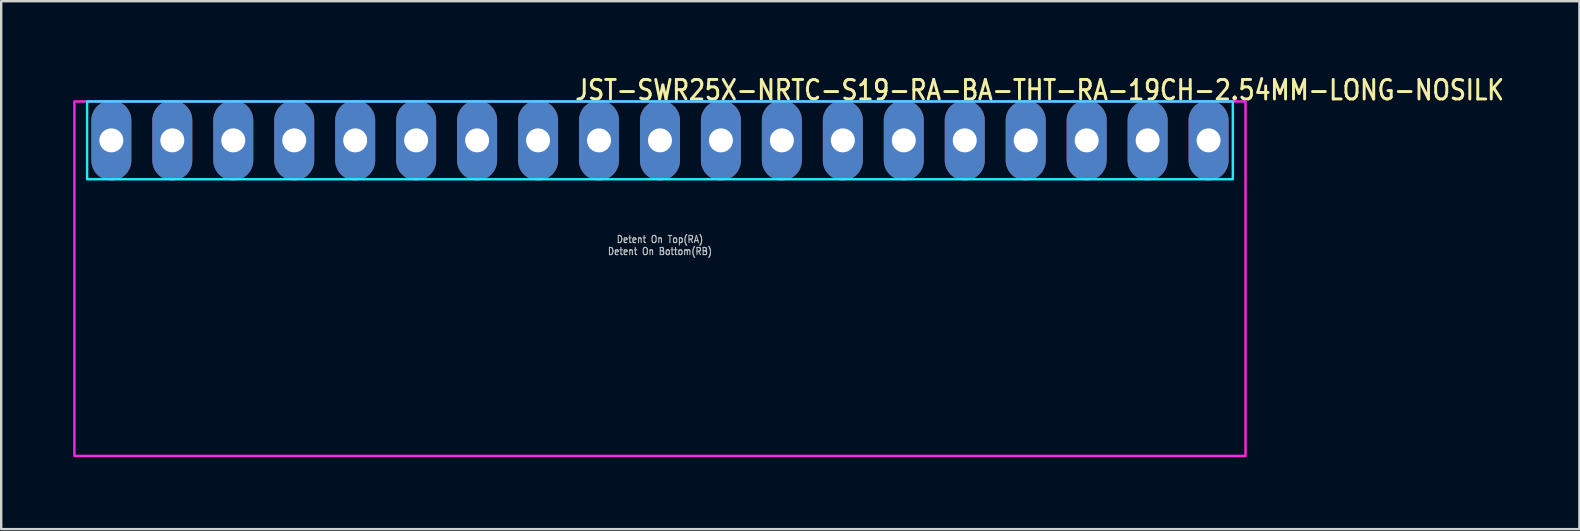
<source format=kicad_pcb>
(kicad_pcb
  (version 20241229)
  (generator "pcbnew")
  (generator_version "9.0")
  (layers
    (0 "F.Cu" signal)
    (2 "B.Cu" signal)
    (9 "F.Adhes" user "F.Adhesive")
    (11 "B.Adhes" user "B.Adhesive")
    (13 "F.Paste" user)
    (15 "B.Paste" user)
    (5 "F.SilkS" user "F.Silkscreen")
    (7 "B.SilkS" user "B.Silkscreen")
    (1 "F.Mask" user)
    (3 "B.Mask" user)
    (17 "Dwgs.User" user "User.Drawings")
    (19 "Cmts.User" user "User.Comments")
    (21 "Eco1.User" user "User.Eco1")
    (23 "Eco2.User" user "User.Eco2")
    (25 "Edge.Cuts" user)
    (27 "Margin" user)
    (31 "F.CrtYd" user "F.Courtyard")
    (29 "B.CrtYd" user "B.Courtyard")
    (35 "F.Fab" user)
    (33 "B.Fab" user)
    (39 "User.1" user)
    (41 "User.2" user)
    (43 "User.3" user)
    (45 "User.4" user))
  (footprint "JST-SWR25X-NRTC-S19-RA-BA-THT-RA-19CH-2.54MM-LONG-NOSILK"
    (layer "F.Cu")
    (at 24.45 2.799)
    (property "Reference" "JST-SWR25X-NRTC-S19-RA-BA-THT-RA-19CH-2.54MM-LONG-NOSILK" (at -3.6 -1.62 0) (unlocked yes) (layer "F.SilkS") (effects (font (size 0.813 0.695) (thickness 0.122)) (justify left bottom)))
    (fp_poly (pts (xy -23.87 -1.62) (xy -23.87 1.62) (xy 23.87 1.62) (xy 23.87 -1.62)) (stroke (width 0.1) (type solid)) (fill no) (layer "B.CrtYd"))
    (fp_poly (pts (xy -24.4 -1.62) (xy -24.4 13.15) (xy 24.4 13.15) (xy 24.4 -1.62)) (stroke (width 0.1) (type solid)) (fill no) (layer "F.CrtYd"))
    (fp_text user "Detent On Bottom(RB)" (at 0 4.8 0) (unlocked yes) (layer "Dwgs.User") (effects (font (size 0.3 0.257) (thickness 0.045)) (justify bottom)))
    (fp_text user "Detent On Top(RA)" (at 0 4.3 0) (unlocked yes) (layer "Dwgs.User") (effects (font (size 0.3 0.257) (thickness 0.045)) (justify bottom)))
    (pad "P$1" thru_hole oval (at -22.86 0 90) (size 3.333 1.667) (drill 1) (layers "*.Cu" "*.Mask"))
    (pad "P$2" thru_hole oval (at -20.32 0 90) (size 3.333 1.667) (drill 1) (layers "*.Cu" "*.Mask"))
    (pad "P$3" thru_hole oval (at -17.78 0 90) (size 3.333 1.667) (drill 1) (layers "*.Cu" "*.Mask"))
    (pad "P$4" thru_hole oval (at -15.24 0 90) (size 3.333 1.667) (drill 1) (layers "*.Cu" "*.Mask"))
    (pad "P$5" thru_hole oval (at -12.7 0 90) (size 3.333 1.667) (drill 1) (layers "*.Cu" "*.Mask"))
    (pad "P$6" thru_hole oval (at -10.16 0 90) (size 3.333 1.667) (drill 1) (layers "*.Cu" "*.Mask"))
    (pad "P$7" thru_hole oval (at -7.62 0 90) (size 3.333 1.667) (drill 1) (layers "*.Cu" "*.Mask"))
    (pad "P$8" thru_hole oval (at -5.08 0 90) (size 3.333 1.667) (drill 1) (layers "*.Cu" "*.Mask"))
    (pad "P$9" thru_hole oval (at -2.54 0 90) (size 3.333 1.667) (drill 1) (layers "*.Cu" "*.Mask"))
    (pad "P$10" thru_hole oval (at 0 0 90) (size 3.333 1.667) (drill 1) (layers "*.Cu" "*.Mask"))
    (pad "P$11" thru_hole oval (at 2.54 0 90) (size 3.333 1.667) (drill 1) (layers "*.Cu" "*.Mask"))
    (pad "P$12" thru_hole oval (at 5.08 0 90) (size 3.333 1.667) (drill 1) (layers "*.Cu" "*.Mask"))
    (pad "P$13" thru_hole oval (at 7.62 0 90) (size 3.333 1.667) (drill 1) (layers "*.Cu" "*.Mask"))
    (pad "P$14" thru_hole oval (at 10.16 0 90) (size 3.333 1.667) (drill 1) (layers "*.Cu" "*.Mask"))
    (pad "P$15" thru_hole oval (at 12.7 0 90) (size 3.333 1.667) (drill 1) (layers "*.Cu" "*.Mask"))
    (pad "P$16" thru_hole oval (at 15.24 0 90) (size 3.333 1.667) (drill 1) (layers "*.Cu" "*.Mask"))
    (pad "P$17" thru_hole oval (at 17.78 0 90) (size 3.333 1.667) (drill 1) (layers "*.Cu" "*.Mask"))
    (pad "P$18" thru_hole oval (at 20.32 0 90) (size 3.333 1.667) (drill 1) (layers "*.Cu" "*.Mask"))
    (pad "P$19" thru_hole oval (at 22.86 0 90) (size 3.333 1.667) (drill 1) (layers "*.Cu" "*.Mask")))
  (gr_rect
    (start -3 -3)
    (end 62.762 18.999)
    (stroke (width 0.1) (type default))
    (fill no)
    (layer "Edge.Cuts")))
</source>
